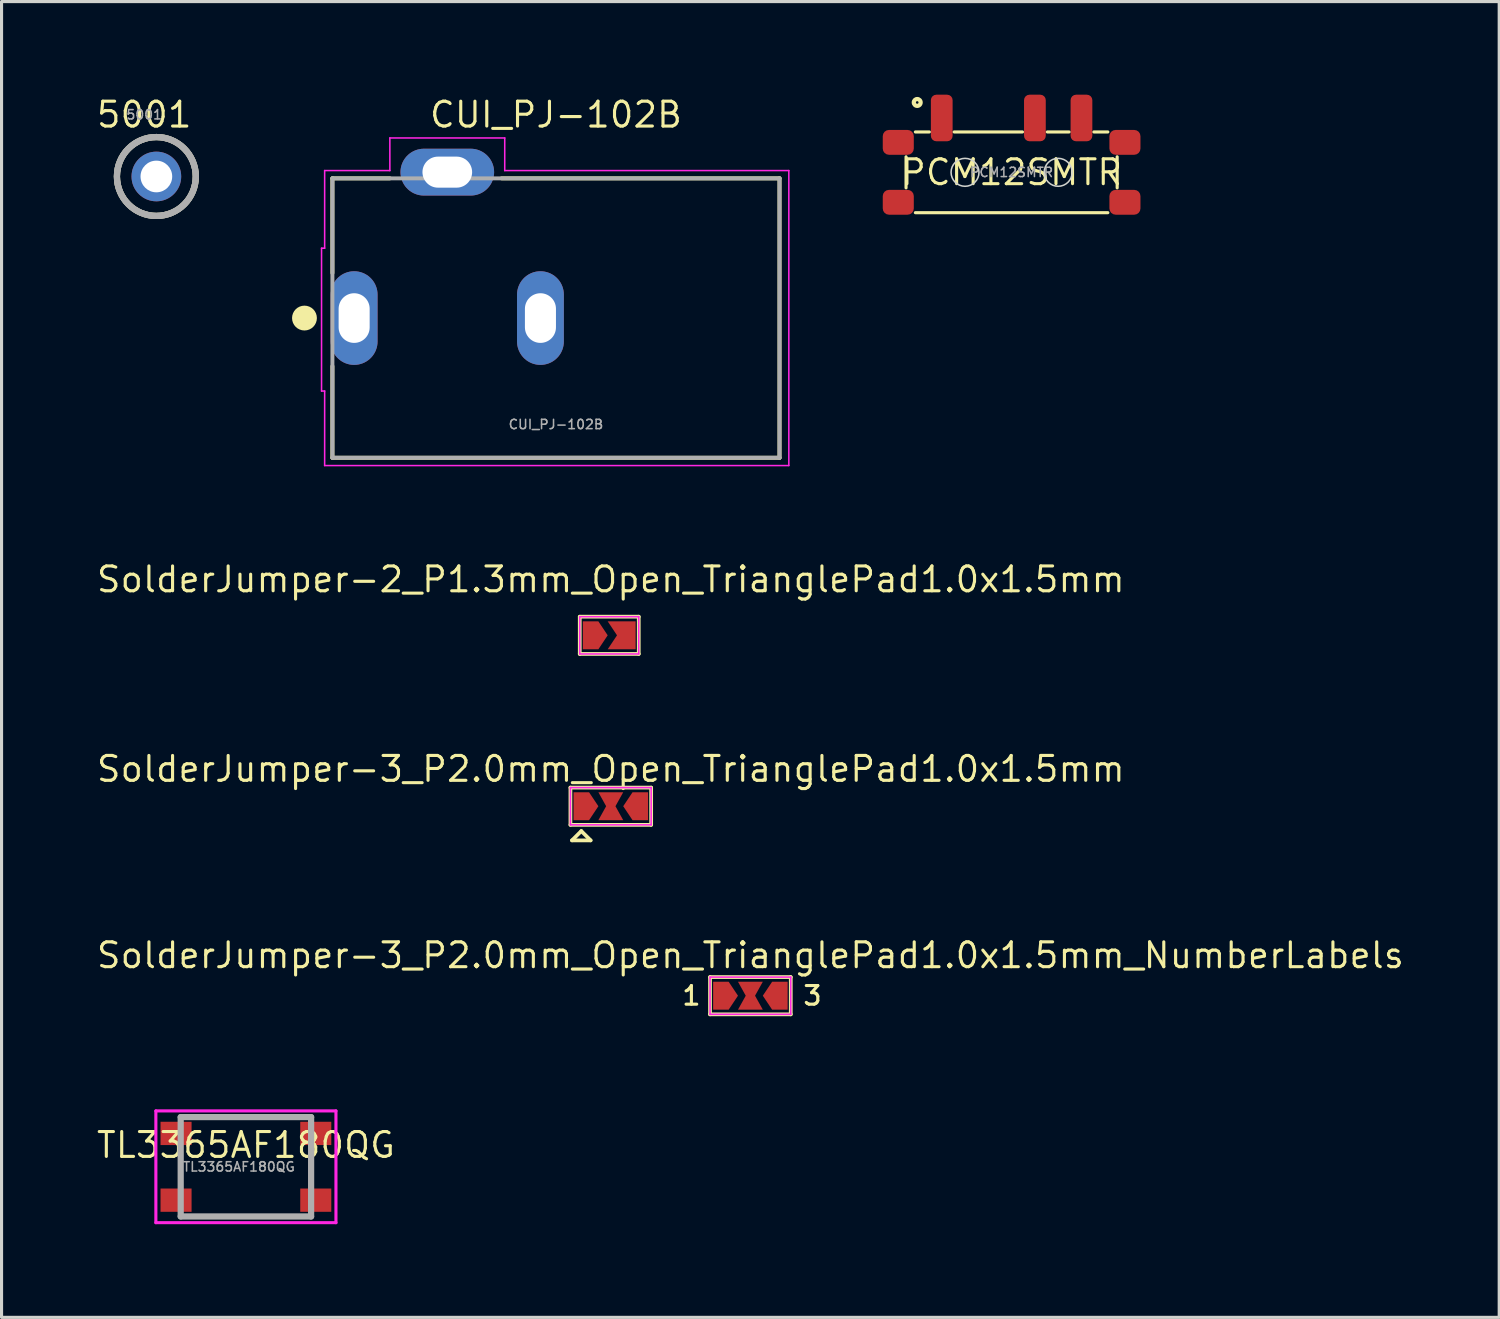
<source format=kicad_pcb>
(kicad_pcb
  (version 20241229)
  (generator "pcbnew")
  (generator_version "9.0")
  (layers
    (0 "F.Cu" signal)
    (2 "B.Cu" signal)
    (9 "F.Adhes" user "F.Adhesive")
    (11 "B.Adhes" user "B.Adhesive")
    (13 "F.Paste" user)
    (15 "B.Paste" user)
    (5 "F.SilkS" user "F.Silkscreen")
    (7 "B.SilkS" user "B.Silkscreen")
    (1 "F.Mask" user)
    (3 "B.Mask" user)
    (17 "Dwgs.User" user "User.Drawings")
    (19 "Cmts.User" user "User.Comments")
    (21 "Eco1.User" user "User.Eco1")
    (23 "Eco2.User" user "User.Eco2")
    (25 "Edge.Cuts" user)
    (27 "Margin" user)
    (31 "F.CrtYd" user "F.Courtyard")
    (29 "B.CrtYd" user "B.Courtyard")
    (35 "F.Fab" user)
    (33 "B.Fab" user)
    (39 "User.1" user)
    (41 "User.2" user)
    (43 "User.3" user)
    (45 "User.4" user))
  (footprint "CUI_PJ-102B"
    (layer "F.Cu")
    (at 14.856 7.194)
    (property "Reference" "CUI_PJ-102B" (at 0 -6.55 0) (layer "F.SilkS") (effects (font (size 0.8 0.8) (thickness 0.1))))
    (attr through_hole)
    (fp_line (start -7.2 -4.5) (end -5.35 -4.5) (stroke (width 0.127) (type solid)) (layer "F.SilkS"))
    (fp_line (start -7.2 -1.45) (end -7.2 -4.5) (stroke (width 0.127) (type solid)) (layer "F.SilkS"))
    (fp_line (start -7.2 4.5) (end -7.2 1.55) (stroke (width 0.127) (type solid)) (layer "F.SilkS"))
    (fp_line (start -1.75 -4.5) (end 7.2 -4.5) (stroke (width 0.127) (type solid)) (layer "F.SilkS"))
    (fp_line (start 7.2 -4.5) (end 7.2 4.5) (stroke (width 0.127) (type solid)) (layer "F.SilkS"))
    (fp_line (start 7.2 4.5) (end -7.2 4.5) (stroke (width 0.127) (type solid)) (layer "F.SilkS"))
    (fp_circle (center -8.1 0) (end -7.9 0) (stroke (width 0.4) (type solid)) (fill no) (layer "F.SilkS"))
    (fp_line (start -7.55 -2.25) (end -7.55 2.35) (stroke (width 0.05) (type solid)) (layer "F.CrtYd"))
    (fp_line (start -7.55 2.35) (end -7.45 2.35) (stroke (width 0.05) (type solid)) (layer "F.CrtYd"))
    (fp_line (start -7.45 -4.75) (end -5.35 -4.75) (stroke (width 0.05) (type solid)) (layer "F.CrtYd"))
    (fp_line (start -7.45 -2.25) (end -7.55 -2.25) (stroke (width 0.05) (type solid)) (layer "F.CrtYd"))
    (fp_line (start -7.45 -2.25) (end -7.45 -4.75) (stroke (width 0.05) (type solid)) (layer "F.CrtYd"))
    (fp_line (start -7.45 4.75) (end -7.45 2.35) (stroke (width 0.05) (type solid)) (layer "F.CrtYd"))
    (fp_line (start -5.35 -5.8) (end -1.65 -5.8) (stroke (width 0.05) (type solid)) (layer "F.CrtYd"))
    (fp_line (start -5.35 -4.75) (end -5.35 -5.8) (stroke (width 0.05) (type solid)) (layer "F.CrtYd"))
    (fp_line (start -1.65 -5.8) (end -1.65 -4.75) (stroke (width 0.05) (type solid)) (layer "F.CrtYd"))
    (fp_line (start -1.65 -4.75) (end 7.5 -4.75) (stroke (width 0.05) (type solid)) (layer "F.CrtYd"))
    (fp_line (start 7.5 -4.75) (end 7.5 4.75) (stroke (width 0.05) (type solid)) (layer "F.CrtYd"))
    (fp_line (start 7.5 4.75) (end -7.45 4.75) (stroke (width 0.05) (type solid)) (layer "F.CrtYd"))
    (fp_line (start -7.2 -4.5) (end 7.2 -4.5) (stroke (width 0.127) (type solid)) (layer "F.Fab"))
    (fp_line (start -7.2 4.5) (end -7.2 -4.5) (stroke (width 0.127) (type solid)) (layer "F.Fab"))
    (fp_line (start 7.2 -4.5) (end 7.2 4.5) (stroke (width 0.127) (type solid)) (layer "F.Fab"))
    (fp_line (start 7.2 4.5) (end -7.2 4.5) (stroke (width 0.127) (type solid)) (layer "F.Fab"))
    (fp_text user "${REFERENCE}" (at 0 3.425 0) (layer "F.Fab") (effects (font (size 0.3 0.3) (thickness 0.05) (bold yes))))
    (pad "1" thru_hole oval (at -6.5 0) (size 1.508 3.016) (drill oval 1 1.6) (layers "*.Cu" "*.Mask"))
    (pad "2" thru_hole oval (at -0.5 0) (size 1.508 3.016) (drill oval 1 1.6) (layers "*.Cu" "*.Mask"))
    (pad "3" thru_hole oval (at -3.5 -4.7) (size 3.016 1.508) (drill oval 1.6 1) (layers "*.Cu" "*.Mask")))
  (footprint "5001"
    (layer "F.Cu")
    (at 1.986 2.634)
    (property "Reference" "5001" (at -0.392 -1.99 0) (layer "F.SilkS") (effects (font (size 0.8 0.8) (thickness 0.1))))
    (attr through_hole)
    (fp_circle (center 0 0) (end 0 1.27) (stroke (width 0.2) (type solid)) (fill no) (layer "F.SilkS"))
    (fp_circle (center 0 0) (end 0 1.27) (stroke (width 0.2) (type solid)) (fill no) (layer "F.Fab"))
    (fp_circle (center 0 0) (end 0 1.27) (stroke (width 0.2) (type solid)) (fill no) (layer "F.Fab"))
    (fp_text user "${REFERENCE}" (at -0.392 -1.99 0) (layer "F.Fab") (effects (font (size 0.3 0.3) (thickness 0.05) (bold yes))))
    (pad "1" thru_hole circle (at 0 0) (size 1.6 1.6) (drill 1.02) (layers "*.Cu" "*.Mask")))
  (footprint "SolderJumper-3_P2.0mm_Open_TrianglePad1.0x1.5mm_NumberLabels"
    (layer "F.Cu")
    (at 21.118 29.019)
    (property "Reference" "SolderJumper-3_P2.0mm_Open_TrianglePad1.0x1.5mm_NumberLabels" (at 0 -1.3 0) (layer "F.SilkS") (effects (font (size 0.8 0.8) (thickness 0.1))))
    (attr exclude_from_pos_files exclude_from_bom)
    (fp_line (start -1.3 -0.6) (end 1.3 -0.6) (stroke (width 0.12) (type solid)) (layer "F.SilkS"))
    (fp_line (start -1.3 0.6) (end -1.3 -0.6) (stroke (width 0.12) (type solid)) (layer "F.SilkS"))
    (fp_line (start 1.3 -0.6) (end 1.3 0.6) (stroke (width 0.12) (type solid)) (layer "F.SilkS"))
    (fp_line (start 1.3 0.6) (end -1.3 0.6) (stroke (width 0.12) (type solid)) (layer "F.SilkS"))
    (fp_line (start -1.3 -0.6) (end -1.3 0.6) (stroke (width 0.05) (type solid)) (layer "F.CrtYd"))
    (fp_line (start -1.3 -0.6) (end 1.3 -0.6) (stroke (width 0.05) (type solid)) (layer "F.CrtYd"))
    (fp_line (start 1.3 0.6) (end -1.3 0.6) (stroke (width 0.05) (type solid)) (layer "F.CrtYd"))
    (fp_line (start 1.3 0.6) (end 1.3 -0.6) (stroke (width 0.05) (type solid)) (layer "F.CrtYd"))
    (fp_text user "1" (at -1.9 0 0) (layer "F.SilkS") (effects (font (size 0.6 0.6) (thickness 0.1) (bold yes))))
    (fp_text user "3" (at 2 0 0) (layer "F.SilkS") (effects (font (size 0.6 0.6) (thickness 0.1) (bold yes))))
    (pad "" smd rect (at 0 0) (size 1.4 0.9) (layers "F.Mask"))
    (pad "1" smd custom (at -0.8 0) (size 0.3 0.3) (layers "F.Cu" "F.Mask") (options (anchor rect)) (primitives (gr_poly (pts (xy -0.4 -0.45) (xy 0.1 -0.45) (xy 0.4 0) (xy 0.1 0.45) (xy -0.4 0.45)) (width 0) (fill yes))))
    (pad "2" smd custom (at 0 0) (size 0.3 0.3) (layers "F.Cu" "F.Mask") (options (anchor rect)) (primitives (gr_poly (pts (xy -0.4 -0.45) (xy 0 -0.45) (xy 0 0.45) (xy -0.4 0.45) (xy -0.15 0)) (width 0) (fill yes)) (gr_poly (pts (xy 0.4 0.45) (xy 0 0.45) (xy 0 -0.45) (xy 0.4 -0.45) (xy 0.15 0)) (width 0) (fill yes))))
    (pad "3" smd custom (at 1 0 180) (size 0.3 0.3) (layers "F.Cu" "F.Mask") (options (anchor rect)) (primitives (gr_poly (pts (xy -0.2 -0.45) (xy 0.3 -0.45) (xy 0.6 0) (xy 0.3 0.45) (xy -0.2 0.45)) (width 0) (fill yes)))))
  (footprint "SolderJumper-2_P1.3mm_Open_TrianglePad1.0x1.5mm"
    (layer "F.Cu")
    (at 16.622 17.412)
    (property "Reference" "SolderJumper-2_P1.3mm_Open_TrianglePad1.0x1.5mm" (at 0 -1.8 0) (layer "F.SilkS") (effects (font (size 0.8 0.8) (thickness 0.1))))
    (attr exclude_from_pos_files exclude_from_bom)
    (fp_line (start -1 -0.6) (end 0.9 -0.6) (stroke (width 0.12) (type solid)) (layer "F.SilkS"))
    (fp_line (start -1 0.6) (end -1 -0.6) (stroke (width 0.12) (type solid)) (layer "F.SilkS"))
    (fp_line (start 0.9 -0.6) (end 0.9 0.6) (stroke (width 0.12) (type solid)) (layer "F.SilkS"))
    (fp_line (start 0.9 0.6) (end -1 0.6) (stroke (width 0.12) (type solid)) (layer "F.SilkS"))
    (fp_line (start -1 -0.6) (end -1 0.6) (stroke (width 0.05) (type solid)) (layer "F.CrtYd"))
    (fp_line (start -1 -0.6) (end 0.9 -0.6) (stroke (width 0.05) (type solid)) (layer "F.CrtYd"))
    (fp_line (start 0.9 0.6) (end -1 0.6) (stroke (width 0.05) (type solid)) (layer "F.CrtYd"))
    (fp_line (start 0.9 0.6) (end 0.9 -0.6) (stroke (width 0.05) (type solid)) (layer "F.CrtYd"))
    (pad "" smd rect (at -0.05 0) (size 0.7 0.9) (layers "F.Mask"))
    (pad "1" smd custom (at -0.5 0) (size 0.3 0.3) (layers "F.Cu" "F.Mask") (options (anchor rect)) (primitives (gr_poly (pts (xy -0.4 -0.45) (xy 0.1 -0.45) (xy 0.4 0) (xy 0.1 0.45) (xy -0.4 0.45)) (width 0) (fill yes))))
    (pad "2" smd custom (at 0.6 0) (size 0.3 0.3) (layers "F.Cu" "F.Mask") (options (anchor rect)) (primitives (gr_poly (pts (xy -0.7 -0.45) (xy 0.2 -0.45) (xy 0.2 0.45) (xy -0.7 0.45) (xy -0.4 0)) (width 0) (fill yes)))))
  (footprint "PCM12SMTR"
    (layer "F.Cu")
    (at 29.531 2.5)
    (property "Reference" "PCM12SMTR" (at 0 0 0) (unlocked yes) (layer "F.SilkS") (effects (font (size 0.8 0.8) (thickness 0.1))))
    (attr smd)
    (fp_line (start -3.4 -0.5) (end -3.4 0.5) (stroke (width 0.1) (type default)) (layer "F.SilkS"))
    (fp_line (start -3.1 1.3) (end 3.1 1.3) (stroke (width 0.1) (type default)) (layer "F.SilkS"))
    (fp_line (start -2.65 -1.3) (end -3.1 -1.3) (stroke (width 0.1) (type default)) (layer "F.SilkS"))
    (fp_line (start 0.35 -1.3) (end -1.85 -1.3) (stroke (width 0.1) (type default)) (layer "F.SilkS"))
    (fp_line (start 1.85 -1.3) (end 1.15 -1.3) (stroke (width 0.1) (type default)) (layer "F.SilkS"))
    (fp_line (start 3.1 -1.3) (end 2.65 -1.3) (stroke (width 0.1) (type default)) (layer "F.SilkS"))
    (fp_line (start 3.4 0.5) (end 3.4 -0.5) (stroke (width 0.1) (type default)) (layer "F.SilkS"))
    (fp_circle (center -3.04 -2.25) (end -3.14 -2.33) (stroke (width 0.1) (type default)) (fill no) (layer "F.SilkS"))
    (fp_circle (center -3.04 -2.25) (end -3.01 -2.22) (stroke (width 0.1) (type default)) (fill no) (layer "F.SilkS"))
    (fp_circle (center -1.5 0) (end -1.05 0) (stroke (width 0.05) (type default)) (fill no) (layer "Edge.Cuts"))
    (fp_circle (center 1.5 0) (end 1.95 0) (stroke (width 0.05) (type default)) (fill no) (layer "Edge.Cuts"))
    (fp_text user "${REFERENCE}" (at 0 0 0) (unlocked yes) (layer "F.Fab") (effects (font (size 0.3 0.3) (thickness 0.05))))
    (pad "1" smd roundrect (at -2.25 -1.75) (size 0.7 1.5) (layers "F.Cu" "F.Mask" "F.Paste") (roundrect_rratio 0.25))
    (pad "2" smd roundrect (at 0.75 -1.75) (size 0.7 1.5) (layers "F.Cu" "F.Mask" "F.Paste") (roundrect_rratio 0.25))
    (pad "3" smd roundrect (at 2.25 -1.75) (size 0.7 1.5) (layers "F.Cu" "F.Mask" "F.Paste") (roundrect_rratio 0.25))
    (pad "SH1" smd roundrect (at -3.65 0.965) (size 1 0.8) (layers "F.Cu" "F.Mask" "F.Paste") (roundrect_rratio 0.25))
    (pad "SH2" smd roundrect (at -3.65 -0.965) (size 1 0.8) (layers "F.Cu" "F.Mask" "F.Paste") (roundrect_rratio 0.25))
    (pad "SH3" smd roundrect (at 3.65 -0.965) (size 1 0.8) (layers "F.Cu" "F.Mask" "F.Paste") (roundrect_rratio 0.25))
    (pad "SH4" smd roundrect (at 3.65 0.965) (size 1 0.8) (layers "F.Cu" "F.Mask" "F.Paste") (roundrect_rratio 0.25)))
  (footprint "SolderJumper-3_P2.0mm_Open_TrianglePad1.0x1.5mm"
    (layer "F.Cu")
    (at 16.622 22.916)
    (property "Reference" "SolderJumper-3_P2.0mm_Open_TrianglePad1.0x1.5mm" (at 0 -1.2 0) (layer "F.SilkS") (effects (font (size 0.8 0.8) (thickness 0.1))))
    (attr exclude_from_pos_files exclude_from_bom)
    (fp_line (start -1.3 -0.6) (end 1.3 -0.6) (stroke (width 0.12) (type solid)) (layer "F.SilkS"))
    (fp_line (start -1.3 0.6) (end -1.3 -0.6) (stroke (width 0.12) (type solid)) (layer "F.SilkS"))
    (fp_line (start -1.25 1.1) (end -0.65 1.1) (stroke (width 0.12) (type solid)) (layer "F.SilkS"))
    (fp_line (start -0.95 0.8) (end -1.25 1.1) (stroke (width 0.12) (type solid)) (layer "F.SilkS"))
    (fp_line (start -0.65 1.1) (end -0.95 0.8) (stroke (width 0.12) (type solid)) (layer "F.SilkS"))
    (fp_line (start 1.3 -0.6) (end 1.3 0.6) (stroke (width 0.12) (type solid)) (layer "F.SilkS"))
    (fp_line (start 1.3 0.6) (end -1.3 0.6) (stroke (width 0.12) (type solid)) (layer "F.SilkS"))
    (fp_line (start -1.3 -0.6) (end -1.3 0.6) (stroke (width 0.05) (type solid)) (layer "F.CrtYd"))
    (fp_line (start -1.3 -0.6) (end 1.3 -0.6) (stroke (width 0.05) (type solid)) (layer "F.CrtYd"))
    (fp_line (start 1.3 0.6) (end -1.3 0.6) (stroke (width 0.05) (type solid)) (layer "F.CrtYd"))
    (fp_line (start 1.3 0.6) (end 1.3 -0.6) (stroke (width 0.05) (type solid)) (layer "F.CrtYd"))
    (pad "" smd rect (at 0 0) (size 1.4 0.9) (layers "F.Mask"))
    (pad "1" smd custom (at -0.8 0) (size 0.3 0.3) (layers "F.Cu" "F.Mask") (options (anchor rect)) (primitives (gr_poly (pts (xy -0.4 -0.45) (xy 0.1 -0.45) (xy 0.4 0) (xy 0.1 0.45) (xy -0.4 0.45)) (width 0) (fill yes))))
    (pad "2" smd custom (at 0 0) (size 0.3 0.3) (layers "F.Cu" "F.Mask") (options (anchor rect)) (primitives (gr_poly (pts (xy -0.4 -0.45) (xy 0 -0.45) (xy 0 0.45) (xy -0.4 0.45) (xy -0.15 0)) (width 0) (fill yes)) (gr_poly (pts (xy 0.4 0.45) (xy 0 0.45) (xy 0 -0.45) (xy 0.4 -0.45) (xy 0.15 0)) (width 0) (fill yes))))
    (pad "3" smd custom (at 1 0 180) (size 0.3 0.3) (layers "F.Cu" "F.Mask") (options (anchor rect)) (primitives (gr_poly (pts (xy -0.2 -0.45) (xy 0.3 -0.45) (xy 0.6 0) (xy 0.3 0.45) (xy -0.2 0.45)) (width 0) (fill yes)))))
  (footprint "TL3365AF180QG"
    (layer "F.Cu")
    (at 4.87 34.529)
    (property "Reference" "TL3365AF180QG" (at 0 -0.7 0) (layer "F.SilkS") (effects (font (size 0.8 0.8) (thickness 0.1))))
    (attr smd)
    (fp_line (start -2.1 -1.6) (end 2.1 -1.6) (stroke (width 0.1) (type solid)) (layer "F.SilkS"))
    (fp_line (start -2.1 0.5) (end -2.1 -0.5) (stroke (width 0.1) (type solid)) (layer "F.SilkS"))
    (fp_line (start -2.1 1.6) (end 2.1 1.6) (stroke (width 0.1) (type solid)) (layer "F.SilkS"))
    (fp_line (start 2.1 -0.5) (end 2.1 0.5) (stroke (width 0.1) (type solid)) (layer "F.SilkS"))
    (fp_line (start -2.9 -1.8) (end 2.9 -1.8) (stroke (width 0.1) (type solid)) (layer "F.CrtYd"))
    (fp_line (start -2.9 1.8) (end -2.9 -1.8) (stroke (width 0.1) (type solid)) (layer "F.CrtYd"))
    (fp_line (start 2.9 -1.8) (end 2.9 1.8) (stroke (width 0.1) (type solid)) (layer "F.CrtYd"))
    (fp_line (start 2.9 1.8) (end -2.9 1.8) (stroke (width 0.1) (type solid)) (layer "F.CrtYd"))
    (fp_line (start -2.1 -1.6) (end 2.1 -1.6) (stroke (width 0.2) (type solid)) (layer "F.Fab"))
    (fp_line (start -2.1 1.6) (end -2.1 -1.6) (stroke (width 0.2) (type solid)) (layer "F.Fab"))
    (fp_line (start 2.1 -1.6) (end 2.1 1.6) (stroke (width 0.2) (type solid)) (layer "F.Fab"))
    (fp_line (start 2.1 1.6) (end -2.1 1.6) (stroke (width 0.2) (type solid)) (layer "F.Fab"))
    (fp_text user "${REFERENCE}" (at -0.225 0 0) (layer "F.Fab") (effects (font (size 0.3 0.3) (thickness 0.05))))
    (pad "1" smd rect (at -2.25 1.075 90) (size 0.75 1) (layers "F.Cu" "F.Mask" "F.Paste"))
    (pad "2" smd rect (at 2.25 1.075 90) (size 0.75 1) (layers "F.Cu" "F.Mask" "F.Paste"))
    (pad "3" smd rect (at 2.25 -1.075 90) (size 0.75 1) (layers "F.Cu" "F.Mask" "F.Paste"))
    (pad "4" smd rect (at -2.25 -1.075 90) (size 0.75 1) (layers "F.Cu" "F.Mask" "F.Paste")))
  (gr_rect
    (start -3 -3)
    (end 45.235 39.379)
    (stroke (width 0.1) (type default))
    (fill no)
    (layer "Edge.Cuts")))
</source>
